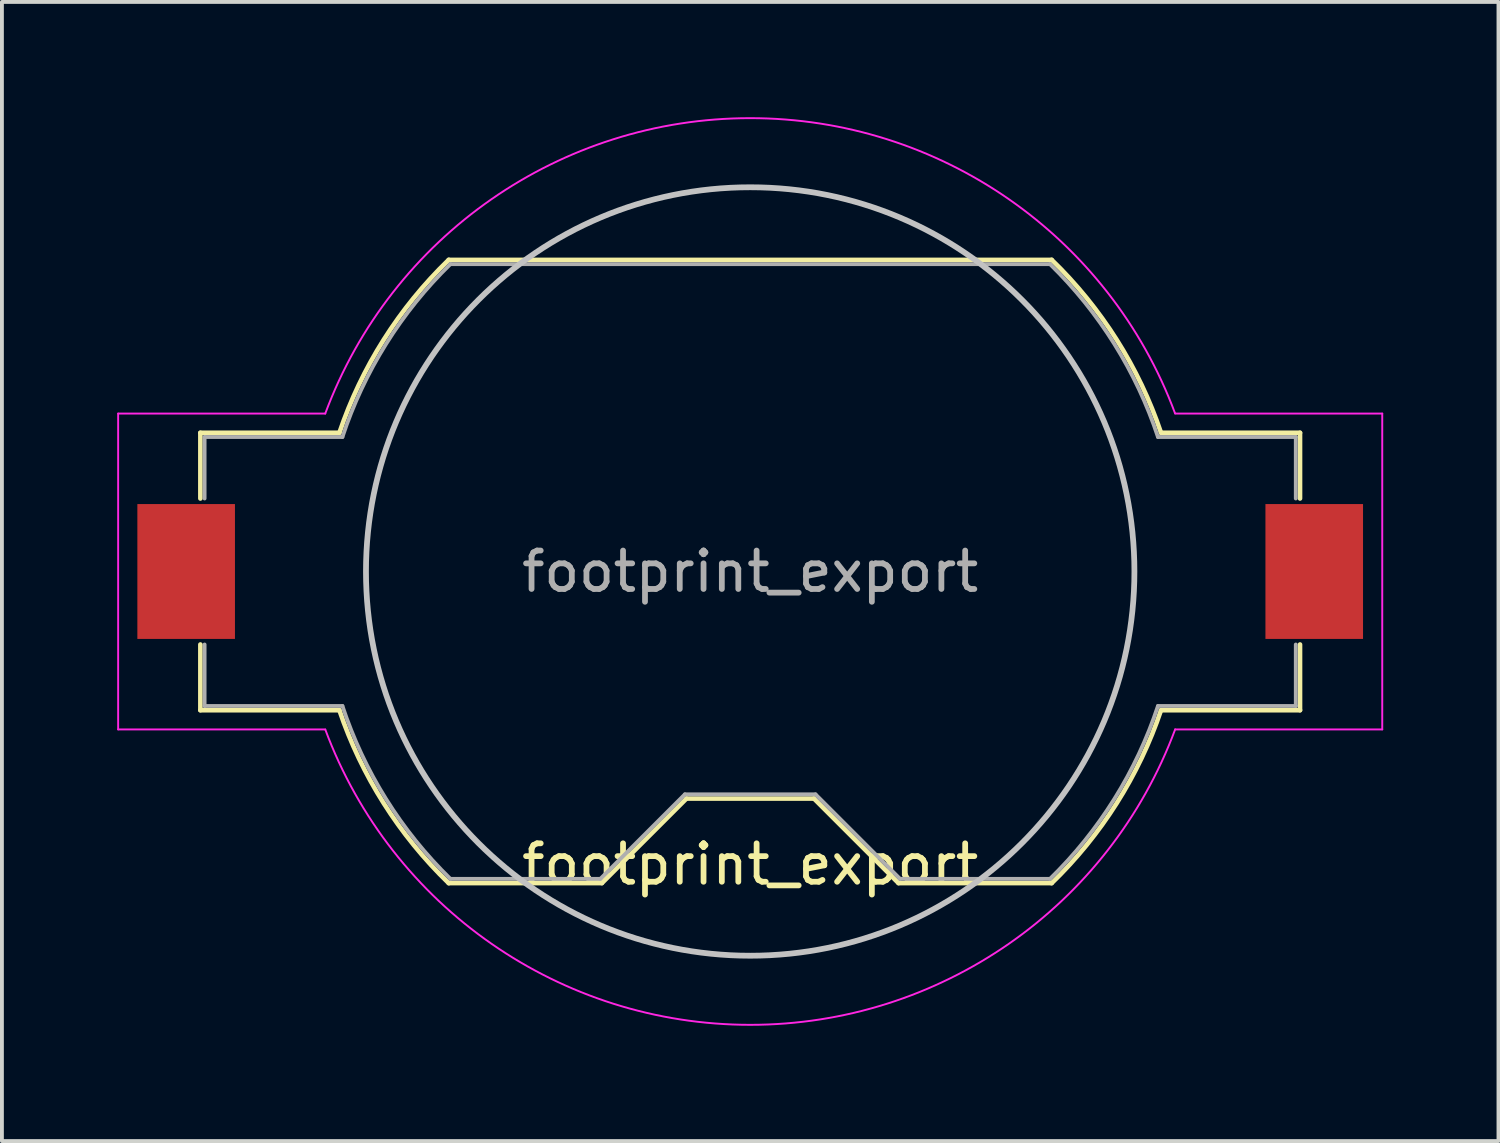
<source format=kicad_pcb>
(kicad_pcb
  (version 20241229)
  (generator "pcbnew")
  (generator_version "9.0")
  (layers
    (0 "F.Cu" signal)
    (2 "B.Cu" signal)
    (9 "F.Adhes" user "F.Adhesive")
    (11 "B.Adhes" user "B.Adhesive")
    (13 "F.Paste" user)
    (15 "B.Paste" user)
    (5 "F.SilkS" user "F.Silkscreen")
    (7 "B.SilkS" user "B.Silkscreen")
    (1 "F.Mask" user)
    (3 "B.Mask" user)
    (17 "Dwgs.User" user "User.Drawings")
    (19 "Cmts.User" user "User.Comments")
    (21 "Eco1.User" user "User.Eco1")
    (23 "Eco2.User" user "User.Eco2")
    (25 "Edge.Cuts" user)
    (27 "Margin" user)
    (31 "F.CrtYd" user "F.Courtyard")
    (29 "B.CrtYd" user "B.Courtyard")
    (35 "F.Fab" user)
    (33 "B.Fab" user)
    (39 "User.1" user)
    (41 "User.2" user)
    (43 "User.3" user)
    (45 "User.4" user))
  (footprint "footprint_export"
    (layer "F.Cu")
    (at 16.475 11.824)
    (property "Reference" "footprint_export" (at 0 7.62 0) (layer "F.SilkS") (effects (font (size 1 1) (thickness 0.15))))
    (attr smd)
    (fp_line (start -14.31 -3.61) (end -10.692 -3.61) (stroke (width 0.12) (type solid)) (layer "F.SilkS"))
    (fp_line (start -14.31 -1.9) (end -14.31 -3.61) (stroke (width 0.12) (type solid)) (layer "F.SilkS"))
    (fp_line (start -14.31 1.9) (end -14.31 3.61) (stroke (width 0.12) (type solid)) (layer "F.SilkS"))
    (fp_line (start -10.692 3.61) (end -14.31 3.61) (stroke (width 0.12) (type solid)) (layer "F.SilkS"))
    (fp_line (start -7.847 -8.11) (end 7.847 -8.11) (stroke (width 0.12) (type solid)) (layer "F.SilkS"))
    (fp_line (start -3.86 8.11) (end -7.847 8.11) (stroke (width 0.12) (type solid)) (layer "F.SilkS"))
    (fp_line (start -1.66 5.91) (end -3.86 8.11) (stroke (width 0.12) (type solid)) (layer "F.SilkS"))
    (fp_line (start 1.66 5.91) (end -1.66 5.91) (stroke (width 0.12) (type solid)) (layer "F.SilkS"))
    (fp_line (start 1.66 5.91) (end 3.86 8.11) (stroke (width 0.12) (type solid)) (layer "F.SilkS"))
    (fp_line (start 7.847 8.11) (end 3.86 8.11) (stroke (width 0.12) (type solid)) (layer "F.SilkS"))
    (fp_line (start 10.692 -3.61) (end 14.31 -3.61) (stroke (width 0.12) (type solid)) (layer "F.SilkS"))
    (fp_line (start 14.31 -1.9) (end 14.31 -3.61) (stroke (width 0.12) (type solid)) (layer "F.SilkS"))
    (fp_line (start 14.31 1.9) (end 14.31 3.61) (stroke (width 0.12) (type solid)) (layer "F.SilkS"))
    (fp_line (start 14.31 3.61) (end 10.692 3.61) (stroke (width 0.12) (type solid)) (layer "F.SilkS"))
    (fp_arc (start -10.692 -3.61) (mid -9.538084 -6.031244) (end -7.845371 -8.111789) (stroke (width 0.12) (type solid)) (layer "F.SilkS"))
    (fp_arc (start -7.845371 8.111789) (mid -9.538085 6.031244) (end -10.692 3.61) (stroke (width 0.12) (type solid)) (layer "F.SilkS"))
    (fp_arc (start 7.845371 -8.111789) (mid 9.538085 -6.031244) (end 10.692 -3.61) (stroke (width 0.12) (type solid)) (layer "F.SilkS"))
    (fp_arc (start 10.692 3.61) (mid 9.538084 6.031244) (end 7.845371 8.111789) (stroke (width 0.12) (type solid)) (layer "F.SilkS"))
    (fp_circle (center 0 0) (end 10 0) (stroke (width 0.15) (type solid)) (fill no) (layer "Dwgs.User"))
    (fp_line (start -16.45 -4.11) (end -16.45 4.11) (stroke (width 0.05) (type solid)) (layer "F.CrtYd"))
    (fp_line (start -16.45 -4.11) (end -11.06 -4.11) (stroke (width 0.05) (type solid)) (layer "F.CrtYd"))
    (fp_line (start -16.45 4.11) (end -11.06 4.11) (stroke (width 0.05) (type solid)) (layer "F.CrtYd"))
    (fp_line (start 11.06 4.11) (end 16.45 4.11) (stroke (width 0.05) (type solid)) (layer "F.CrtYd"))
    (fp_line (start 16.45 -4.11) (end 11.06 -4.11) (stroke (width 0.05) (type solid)) (layer "F.CrtYd"))
    (fp_line (start 16.45 4.11) (end 16.45 -4.11) (stroke (width 0.05) (type solid)) (layer "F.CrtYd"))
    (fp_arc (start -11.06 -4.11) (mid -0.002978 -11.79897) (end 11.057924 -4.115582) (stroke (width 0.05) (type solid)) (layer "F.CrtYd"))
    (fp_arc (start 11.06 4.11) (mid 0.002978 11.79897) (end -11.057924 4.115582) (stroke (width 0.05) (type solid)) (layer "F.CrtYd"))
    (fp_line (start -14.2 -3.5) (end -14.2 -1.9) (stroke (width 0.1) (type solid)) (layer "F.Fab"))
    (fp_line (start -14.2 -3.5) (end -10.613 -3.5) (stroke (width 0.1) (type solid)) (layer "F.Fab"))
    (fp_line (start -14.2 1.9) (end -14.2 3.5) (stroke (width 0.1) (type solid)) (layer "F.Fab"))
    (fp_line (start -14.2 3.5) (end -10.613 3.5) (stroke (width 0.1) (type solid)) (layer "F.Fab"))
    (fp_line (start -7.803 -8) (end 7.803 -8) (stroke (width 0.1) (type solid)) (layer "F.Fab"))
    (fp_line (start -3.9 8) (end -7.803 8) (stroke (width 0.1) (type solid)) (layer "F.Fab"))
    (fp_line (start -1.7 5.8) (end -3.9 8) (stroke (width 0.1) (type solid)) (layer "F.Fab"))
    (fp_line (start -1.7 5.8) (end 1.7 5.8) (stroke (width 0.1) (type solid)) (layer "F.Fab"))
    (fp_line (start 1.7 5.8) (end 3.9 8) (stroke (width 0.1) (type solid)) (layer "F.Fab"))
    (fp_line (start 3.9 8) (end 7.803 8) (stroke (width 0.1) (type solid)) (layer "F.Fab"))
    (fp_line (start 10.613 -3.5) (end 14.2 -3.5) (stroke (width 0.1) (type solid)) (layer "F.Fab"))
    (fp_line (start 14.2 -3.5) (end 14.2 -1.9) (stroke (width 0.1) (type solid)) (layer "F.Fab"))
    (fp_line (start 14.2 1.9) (end 14.2 3.5) (stroke (width 0.1) (type solid)) (layer "F.Fab"))
    (fp_line (start 14.2 3.5) (end 10.613 3.5) (stroke (width 0.1) (type solid)) (layer "F.Fab"))
    (fp_arc (start -10.61275 -3.5) (mid -9.478596 -5.919179) (end -7.802602 -7.999992) (stroke (width 0.1) (type solid)) (layer "F.Fab"))
    (fp_arc (start -7.802602 7.999992) (mid -9.478596 5.91918) (end -10.61275 3.5) (stroke (width 0.1) (type solid)) (layer "F.Fab"))
    (fp_arc (start 7.802602 -7.999992) (mid 9.478596 -5.91918) (end 10.61275 -3.5) (stroke (width 0.1) (type solid)) (layer "F.Fab"))
    (fp_arc (start 10.61275 3.5) (mid 9.478596 5.919179) (end 7.802602 7.999992) (stroke (width 0.1) (type solid)) (layer "F.Fab"))
    (fp_text user "${REFERENCE}" (at 0 0 0) (layer "F.Fab") (effects (font (size 1 1) (thickness 0.15))))
    (pad "1" smd rect (at -14.68 0) (size 2.54 3.51) (layers "F.Cu" "F.Mask" "F.Paste"))
    (pad "2" smd rect (at 14.68 0) (size 2.54 3.51) (layers "F.Cu" "F.Mask" "F.Paste")))
  (gr_rect
    (start -3 -3)
    (end 35.95 26.648)
    (stroke (width 0.1) (type default))
    (fill no)
    (layer "Edge.Cuts")))
</source>
